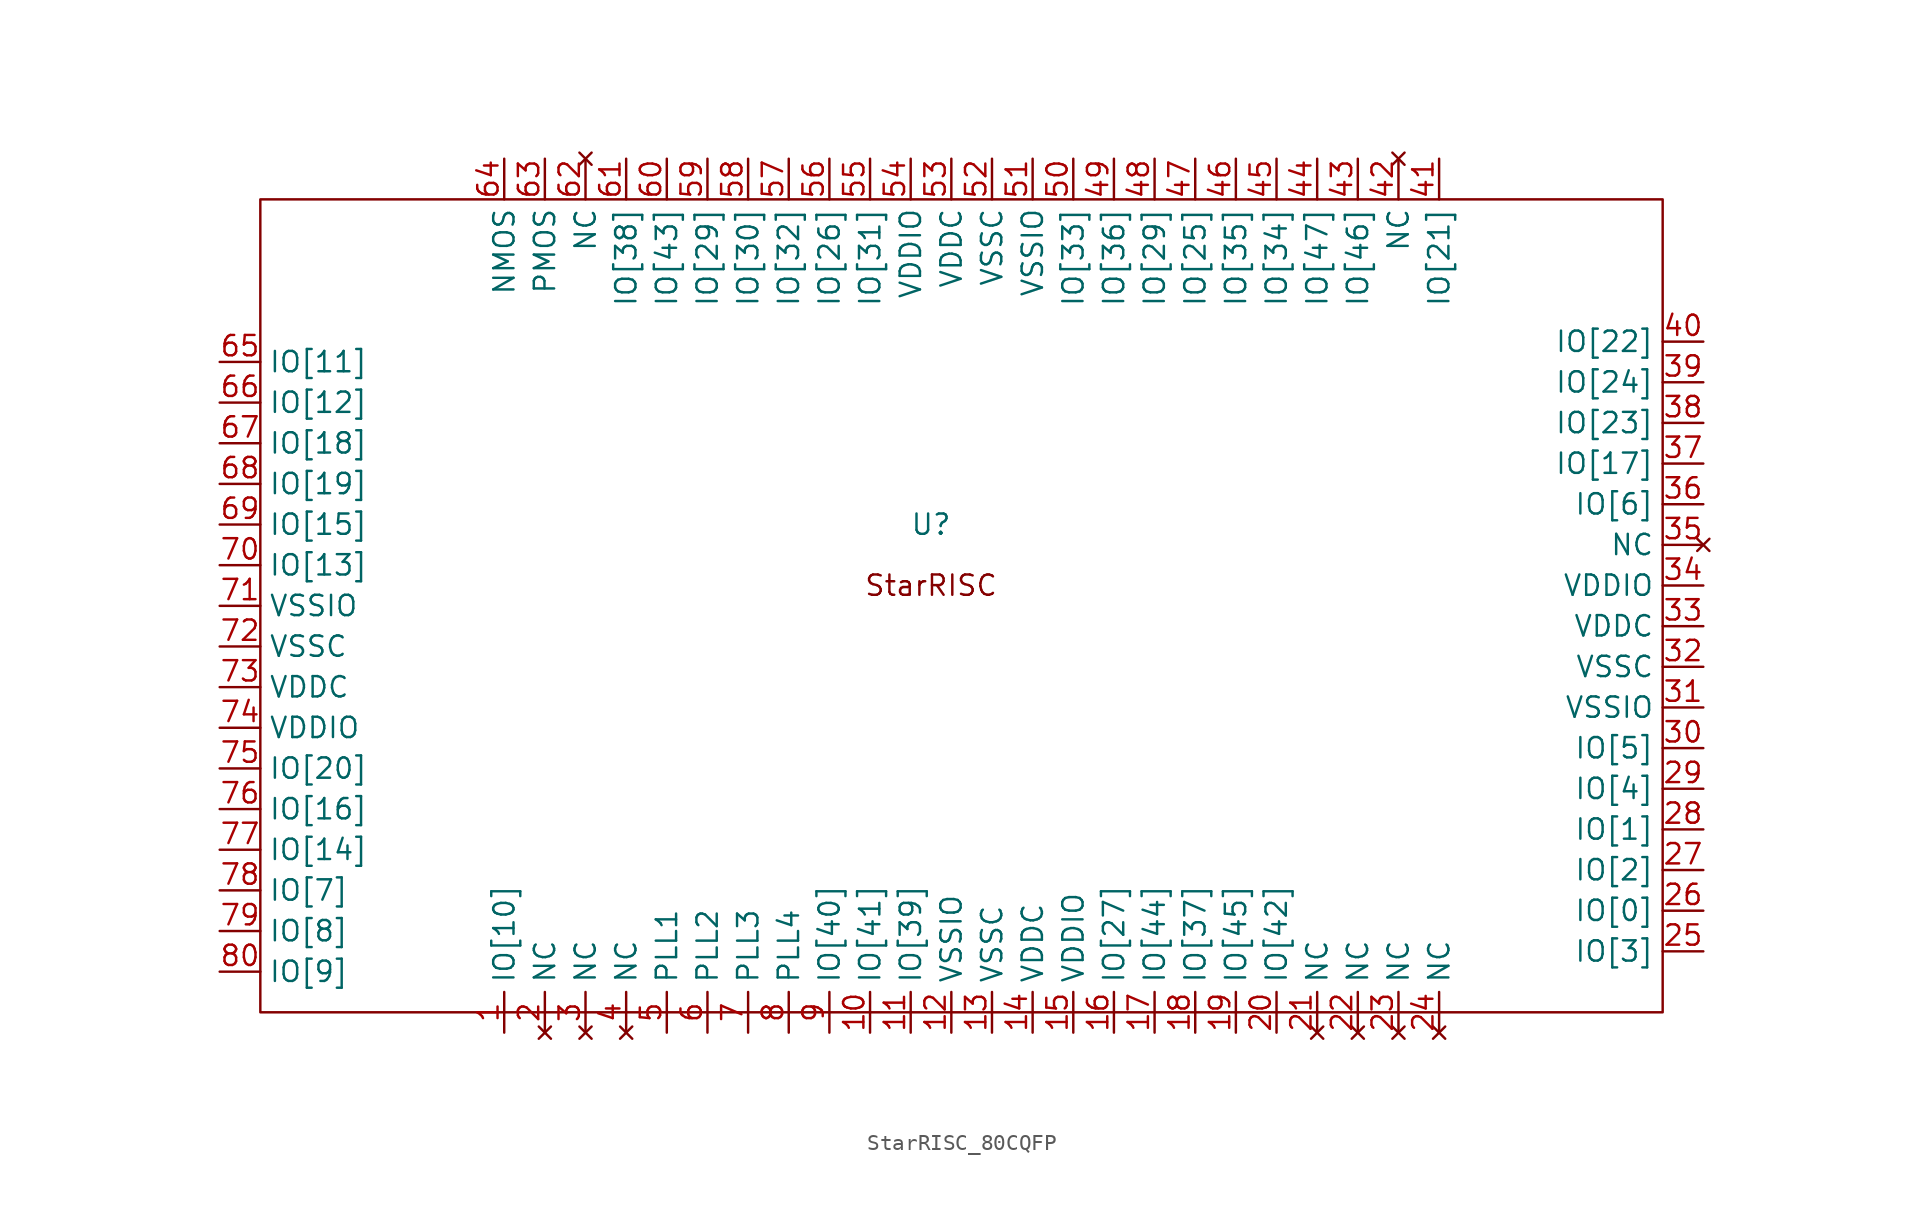
<source format=kicad_sym>
(kicad_symbol_lib
  (version 20220914)
  (generator kicad_symbol_editor)
  (symbol "StarRISC_80CQFP"
    (property "Reference" "U"
      (at 27.94 29.21 0)
      (effects (font (size 1.27 1.27))))
    (property "Value" ""
      (at 0 0 0)
      (effects (font (size 1.27 1.27))))
    (symbol "StarRISC_80CQFP_0_1"
      (rectangle (start -13.97 49.53) (end 73.66 -1.27) (stroke (width 0) (type default)) (fill (type none))))
    (symbol "StarRISC_80CQFP_1_1"
      (text "StarRISC" (at 27.94 25.4 0) (effects (font (size 1.27 1.27))))
      (pin bidirectional line (at 1.27 -2.54 90) (length 2.54) (name "IO[10]" (effects (font (size 1.27 1.27)))) (number "1" (effects (font (size 1.27 1.27)))))
      (pin bidirectional line (at 24.13 -2.54 90) (length 2.54) (name "IO[41]" (effects (font (size 1.27 1.27)))) (number "10" (effects (font (size 1.27 1.27)))))
      (pin bidirectional line (at 26.67 -2.54 90) (length 2.54) (name "IO[39]" (effects (font (size 1.27 1.27)))) (number "11" (effects (font (size 1.27 1.27)))))
      (pin power_in line (at 29.21 -2.54 90) (length 2.54) (name "VSSIO" (effects (font (size 1.27 1.27)))) (number "12" (effects (font (size 1.27 1.27)))))
      (pin power_in line (at 31.75 -2.54 90) (length 2.54) (name "VSSC" (effects (font (size 1.27 1.27)))) (number "13" (effects (font (size 1.27 1.27)))))
      (pin power_in line (at 34.29 -2.54 90) (length 2.54) (name "VDDC" (effects (font (size 1.27 1.27)))) (number "14" (effects (font (size 1.27 1.27)))))
      (pin power_in line (at 36.83 -2.54 90) (length 2.54) (name "VDDIO" (effects (font (size 1.27 1.27)))) (number "15" (effects (font (size 1.27 1.27)))))
      (pin bidirectional line (at 39.37 -2.54 90) (length 2.54) (name "IO[27]" (effects (font (size 1.27 1.27)))) (number "16" (effects (font (size 1.27 1.27)))))
      (pin bidirectional line (at 41.91 -2.54 90) (length 2.54) (name "IO[44]" (effects (font (size 1.27 1.27)))) (number "17" (effects (font (size 1.27 1.27)))))
      (pin bidirectional line (at 44.45 -2.54 90) (length 2.54) (name "IO[37]" (effects (font (size 1.27 1.27)))) (number "18" (effects (font (size 1.27 1.27)))))
      (pin bidirectional line (at 46.99 -2.54 90) (length 2.54) (name "IO[45]" (effects (font (size 1.27 1.27)))) (number "19" (effects (font (size 1.27 1.27)))))
      (pin no_connect line (at 3.81 -2.54 90) (length 2.54) (name "NC" (effects (font (size 1.27 1.27)))) (number "2" (effects (font (size 1.27 1.27)))))
      (pin bidirectional line (at 49.53 -2.54 90) (length 2.54) (name "IO[42]" (effects (font (size 1.27 1.27)))) (number "20" (effects (font (size 1.27 1.27)))))
      (pin no_connect line (at 52.07 -2.54 90) (length 2.54) (name "NC" (effects (font (size 1.27 1.27)))) (number "21" (effects (font (size 1.27 1.27)))))
      (pin no_connect line (at 54.61 -2.54 90) (length 2.54) (name "NC" (effects (font (size 1.27 1.27)))) (number "22" (effects (font (size 1.27 1.27)))))
      (pin no_connect line (at 57.15 -2.54 90) (length 2.54) (name "NC" (effects (font (size 1.27 1.27)))) (number "23" (effects (font (size 1.27 1.27)))))
      (pin no_connect line (at 59.69 -2.54 90) (length 2.54) (name "NC" (effects (font (size 1.27 1.27)))) (number "24" (effects (font (size 1.27 1.27)))))
      (pin bidirectional line (at 76.2 2.54 180) (length 2.54) (name "IO[3]" (effects (font (size 1.27 1.27)))) (number "25" (effects (font (size 1.27 1.27)))))
      (pin bidirectional line (at 76.2 5.08 180) (length 2.54) (name "IO[0]" (effects (font (size 1.27 1.27)))) (number "26" (effects (font (size 1.27 1.27)))))
      (pin bidirectional line (at 76.2 7.62 180) (length 2.54) (name "IO[2]" (effects (font (size 1.27 1.27)))) (number "27" (effects (font (size 1.27 1.27)))))
      (pin bidirectional line (at 76.2 10.16 180) (length 2.54) (name "IO[1]" (effects (font (size 1.27 1.27)))) (number "28" (effects (font (size 1.27 1.27)))))
      (pin bidirectional line (at 76.2 12.7 180) (length 2.54) (name "IO[4]" (effects (font (size 1.27 1.27)))) (number "29" (effects (font (size 1.27 1.27)))))
      (pin no_connect line (at 6.35 -2.54 90) (length 2.54) (name "NC" (effects (font (size 1.27 1.27)))) (number "3" (effects (font (size 1.27 1.27)))))
      (pin bidirectional line (at 76.2 15.24 180) (length 2.54) (name "IO[5]" (effects (font (size 1.27 1.27)))) (number "30" (effects (font (size 1.27 1.27)))))
      (pin power_in line (at 76.2 17.78 180) (length 2.54) (name "VSSIO" (effects (font (size 1.27 1.27)))) (number "31" (effects (font (size 1.27 1.27)))))
      (pin power_in line (at 76.2 20.32 180) (length 2.54) (name "VSSC" (effects (font (size 1.27 1.27)))) (number "32" (effects (font (size 1.27 1.27)))))
      (pin power_in line (at 76.2 22.86 180) (length 2.54) (name "VDDC" (effects (font (size 1.27 1.27)))) (number "33" (effects (font (size 1.27 1.27)))))
      (pin power_in line (at 76.2 25.4 180) (length 2.54) (name "VDDIO" (effects (font (size 1.27 1.27)))) (number "34" (effects (font (size 1.27 1.27)))))
      (pin no_connect line (at 76.2 27.94 180) (length 2.54) (name "NC" (effects (font (size 1.27 1.27)))) (number "35" (effects (font (size 1.27 1.27)))))
      (pin bidirectional line (at 76.2 30.48 180) (length 2.54) (name "IO[6]" (effects (font (size 1.27 1.27)))) (number "36" (effects (font (size 1.27 1.27)))))
      (pin bidirectional line (at 76.2 33.02 180) (length 2.54) (name "IO[17]" (effects (font (size 1.27 1.27)))) (number "37" (effects (font (size 1.27 1.27)))))
      (pin bidirectional line (at 76.2 35.56 180) (length 2.54) (name "IO[23]" (effects (font (size 1.27 1.27)))) (number "38" (effects (font (size 1.27 1.27)))))
      (pin bidirectional line (at 76.2 38.1 180) (length 2.54) (name "IO[24]" (effects (font (size 1.27 1.27)))) (number "39" (effects (font (size 1.27 1.27)))))
      (pin no_connect line (at 8.89 -2.54 90) (length 2.54) (name "NC" (effects (font (size 1.27 1.27)))) (number "4" (effects (font (size 1.27 1.27)))))
      (pin bidirectional line (at 76.2 40.64 180) (length 2.54) (name "IO[22]" (effects (font (size 1.27 1.27)))) (number "40" (effects (font (size 1.27 1.27)))))
      (pin bidirectional line (at 59.69 52.07 270) (length 2.54) (name "IO[21]" (effects (font (size 1.27 1.27)))) (number "41" (effects (font (size 1.27 1.27)))))
      (pin no_connect line (at 57.15 52.07 270) (length 2.54) (name "NC" (effects (font (size 1.27 1.27)))) (number "42" (effects (font (size 1.27 1.27)))))
      (pin bidirectional line (at 54.61 52.07 270) (length 2.54) (name "IO[46]" (effects (font (size 1.27 1.27)))) (number "43" (effects (font (size 1.27 1.27)))))
      (pin bidirectional line (at 52.07 52.07 270) (length 2.54) (name "IO[47]" (effects (font (size 1.27 1.27)))) (number "44" (effects (font (size 1.27 1.27)))))
      (pin bidirectional line (at 49.53 52.07 270) (length 2.54) (name "IO[34]" (effects (font (size 1.27 1.27)))) (number "45" (effects (font (size 1.27 1.27)))))
      (pin bidirectional line (at 46.99 52.07 270) (length 2.54) (name "IO[35]" (effects (font (size 1.27 1.27)))) (number "46" (effects (font (size 1.27 1.27)))))
      (pin bidirectional line (at 44.45 52.07 270) (length 2.54) (name "IO[25]" (effects (font (size 1.27 1.27)))) (number "47" (effects (font (size 1.27 1.27)))))
      (pin bidirectional line (at 41.91 52.07 270) (length 2.54) (name "IO[29]" (effects (font (size 1.27 1.27)))) (number "48" (effects (font (size 1.27 1.27)))))
      (pin bidirectional line (at 39.37 52.07 270) (length 2.54) (name "IO[36]" (effects (font (size 1.27 1.27)))) (number "49" (effects (font (size 1.27 1.27)))))
      (pin power_in line (at 11.43 -2.54 90) (length 2.54) (name "PLL1" (effects (font (size 1.27 1.27)))) (number "5" (effects (font (size 1.27 1.27)))))
      (pin bidirectional line (at 36.83 52.07 270) (length 2.54) (name "IO[33]" (effects (font (size 1.27 1.27)))) (number "50" (effects (font (size 1.27 1.27)))))
      (pin power_in line (at 34.29 52.07 270) (length 2.54) (name "VSSIO" (effects (font (size 1.27 1.27)))) (number "51" (effects (font (size 1.27 1.27)))))
      (pin power_in line (at 31.75 52.07 270) (length 2.54) (name "VSSC" (effects (font (size 1.27 1.27)))) (number "52" (effects (font (size 1.27 1.27)))))
      (pin power_in line (at 29.21 52.07 270) (length 2.54) (name "VDDC" (effects (font (size 1.27 1.27)))) (number "53" (effects (font (size 1.27 1.27)))))
      (pin power_in line (at 26.67 52.07 270) (length 2.54) (name "VDDIO" (effects (font (size 1.27 1.27)))) (number "54" (effects (font (size 1.27 1.27)))))
      (pin bidirectional line (at 24.13 52.07 270) (length 2.54) (name "IO[31]" (effects (font (size 1.27 1.27)))) (number "55" (effects (font (size 1.27 1.27)))))
      (pin bidirectional line (at 21.59 52.07 270) (length 2.54) (name "IO[26]" (effects (font (size 1.27 1.27)))) (number "56" (effects (font (size 1.27 1.27)))))
      (pin bidirectional line (at 19.05 52.07 270) (length 2.54) (name "IO[32]" (effects (font (size 1.27 1.27)))) (number "57" (effects (font (size 1.27 1.27)))))
      (pin bidirectional line (at 16.51 52.07 270) (length 2.54) (name "IO[30]" (effects (font (size 1.27 1.27)))) (number "58" (effects (font (size 1.27 1.27)))))
      (pin bidirectional line (at 13.97 52.07 270) (length 2.54) (name "IO[29]" (effects (font (size 1.27 1.27)))) (number "59" (effects (font (size 1.27 1.27)))))
      (pin power_in line (at 13.97 -2.54 90) (length 2.54) (name "PLL2" (effects (font (size 1.27 1.27)))) (number "6" (effects (font (size 1.27 1.27)))))
      (pin bidirectional line (at 11.43 52.07 270) (length 2.54) (name "IO[43]" (effects (font (size 1.27 1.27)))) (number "60" (effects (font (size 1.27 1.27)))))
      (pin bidirectional line (at 8.89 52.07 270) (length 2.54) (name "IO[38]" (effects (font (size 1.27 1.27)))) (number "61" (effects (font (size 1.27 1.27)))))
      (pin no_connect line (at 6.35 52.07 270) (length 2.54) (name "NC" (effects (font (size 1.27 1.27)))) (number "62" (effects (font (size 1.27 1.27)))))
      (pin power_in line (at 3.81 52.07 270) (length 2.54) (name "PMOS" (effects (font (size 1.27 1.27)))) (number "63" (effects (font (size 1.27 1.27)))))
      (pin power_in line (at 1.27 52.07 270) (length 2.54) (name "NMOS" (effects (font (size 1.27 1.27)))) (number "64" (effects (font (size 1.27 1.27)))))
      (pin bidirectional line (at -16.51 39.37 0) (length 2.54) (name "IO[11]" (effects (font (size 1.27 1.27)))) (number "65" (effects (font (size 1.27 1.27)))))
      (pin bidirectional line (at -16.51 36.83 0) (length 2.54) (name "IO[12]" (effects (font (size 1.27 1.27)))) (number "66" (effects (font (size 1.27 1.27)))))
      (pin bidirectional line (at -16.51 34.29 0) (length 2.54) (name "IO[18]" (effects (font (size 1.27 1.27)))) (number "67" (effects (font (size 1.27 1.27)))))
      (pin bidirectional line (at -16.51 31.75 0) (length 2.54) (name "IO[19]" (effects (font (size 1.27 1.27)))) (number "68" (effects (font (size 1.27 1.27)))))
      (pin bidirectional line (at -16.51 29.21 0) (length 2.54) (name "IO[15]" (effects (font (size 1.27 1.27)))) (number "69" (effects (font (size 1.27 1.27)))))
      (pin power_in line (at 16.51 -2.54 90) (length 2.54) (name "PLL3" (effects (font (size 1.27 1.27)))) (number "7" (effects (font (size 1.27 1.27)))))
      (pin bidirectional line (at -16.51 26.67 0) (length 2.54) (name "IO[13]" (effects (font (size 1.27 1.27)))) (number "70" (effects (font (size 1.27 1.27)))))
      (pin power_in line (at -16.51 24.13 0) (length 2.54) (name "VSSIO" (effects (font (size 1.27 1.27)))) (number "71" (effects (font (size 1.27 1.27)))))
      (pin power_in line (at -16.51 21.59 0) (length 2.54) (name "VSSC" (effects (font (size 1.27 1.27)))) (number "72" (effects (font (size 1.27 1.27)))))
      (pin power_in line (at -16.51 19.05 0) (length 2.54) (name "VDDC" (effects (font (size 1.27 1.27)))) (number "73" (effects (font (size 1.27 1.27)))))
      (pin power_in line (at -16.51 16.51 0) (length 2.54) (name "VDDIO" (effects (font (size 1.27 1.27)))) (number "74" (effects (font (size 1.27 1.27)))))
      (pin bidirectional line (at -16.51 13.97 0) (length 2.54) (name "IO[20]" (effects (font (size 1.27 1.27)))) (number "75" (effects (font (size 1.27 1.27)))))
      (pin bidirectional line (at -16.51 11.43 0) (length 2.54) (name "IO[16]" (effects (font (size 1.27 1.27)))) (number "76" (effects (font (size 1.27 1.27)))))
      (pin bidirectional line (at -16.51 8.89 0) (length 2.54) (name "IO[14]" (effects (font (size 1.27 1.27)))) (number "77" (effects (font (size 1.27 1.27)))))
      (pin bidirectional line (at -16.51 6.35 0) (length 2.54) (name "IO[7]" (effects (font (size 1.27 1.27)))) (number "78" (effects (font (size 1.27 1.27)))))
      (pin bidirectional line (at -16.51 3.81 0) (length 2.54) (name "IO[8]" (effects (font (size 1.27 1.27)))) (number "79" (effects (font (size 1.27 1.27)))))
      (pin power_in line (at 19.05 -2.54 90) (length 2.54) (name "PLL4" (effects (font (size 1.27 1.27)))) (number "8" (effects (font (size 1.27 1.27)))))
      (pin bidirectional line (at -16.51 1.27 0) (length 2.54) (name "IO[9]" (effects (font (size 1.27 1.27)))) (number "80" (effects (font (size 1.27 1.27)))))
      (pin bidirectional line (at 21.59 -2.54 90) (length 2.54) (name "IO[40]" (effects (font (size 1.27 1.27)))) (number "9" (effects (font (size 1.27 1.27))))))))
</source>
